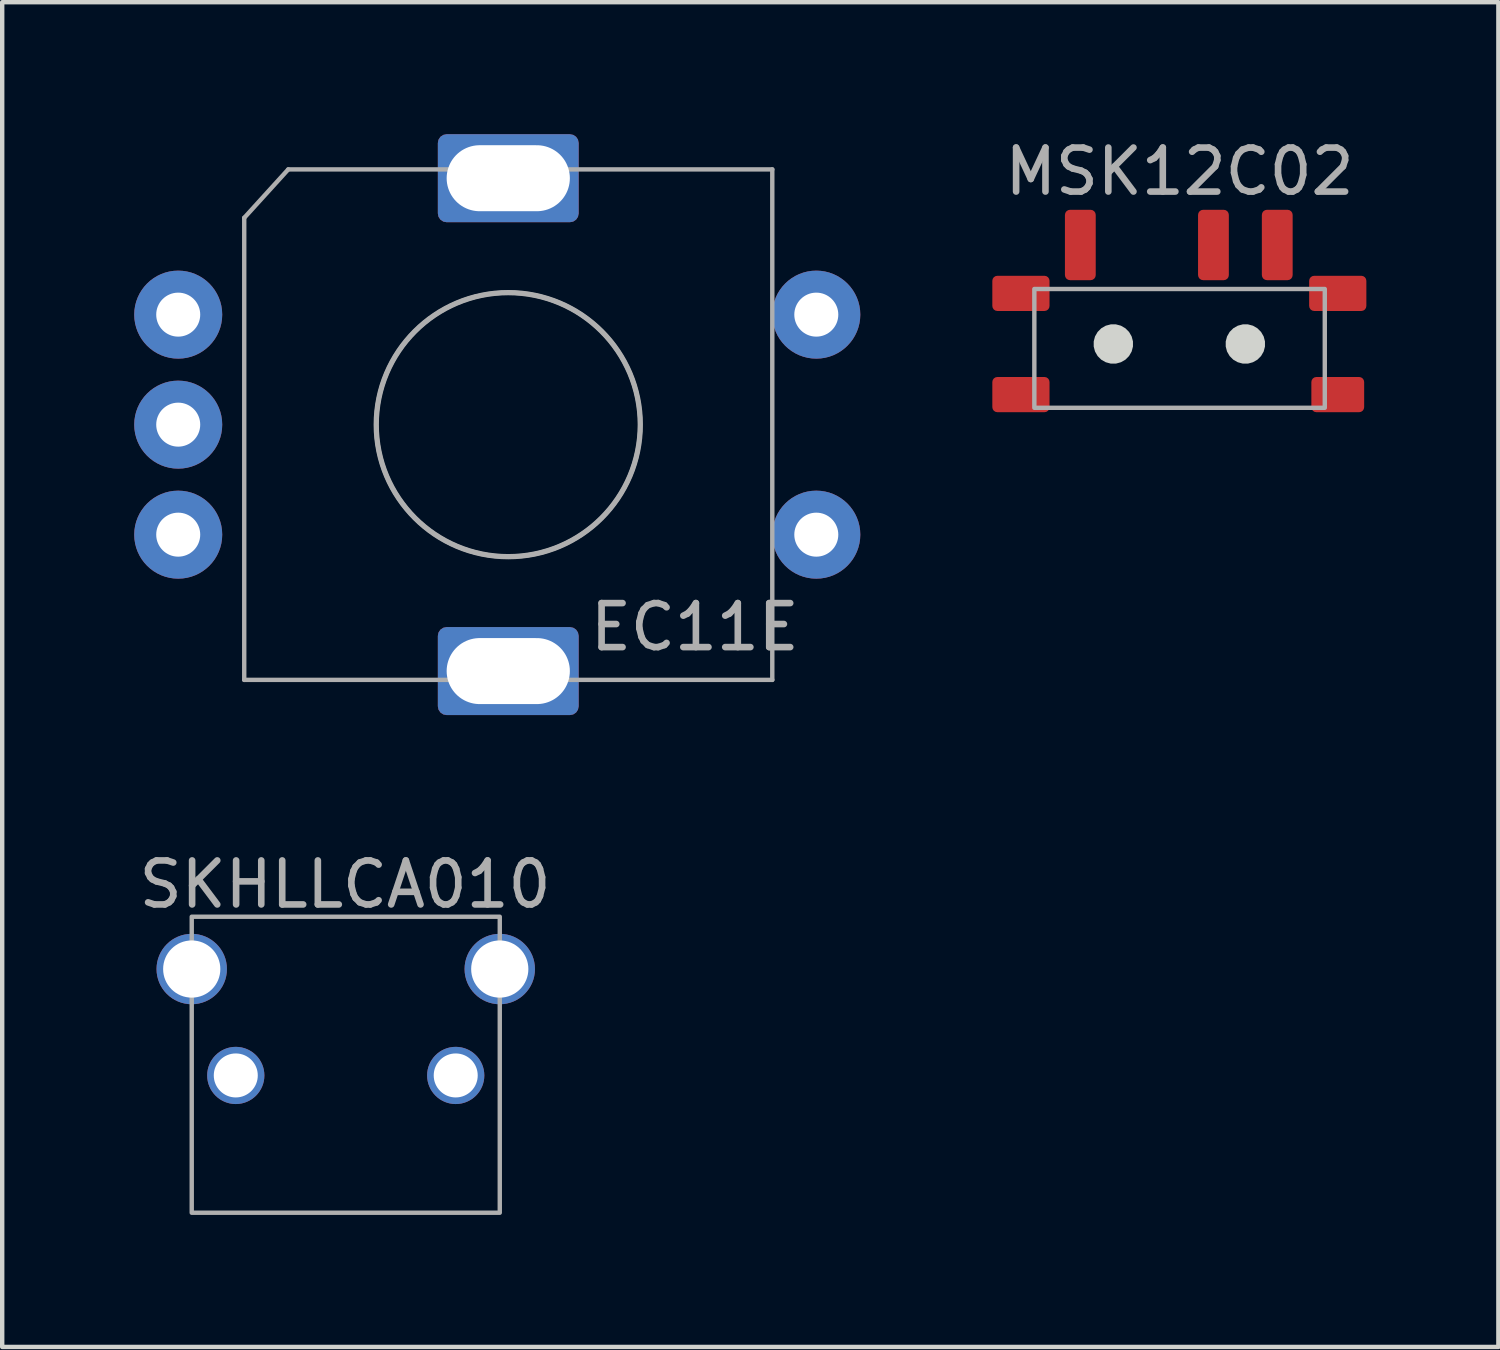
<source format=kicad_pcb>
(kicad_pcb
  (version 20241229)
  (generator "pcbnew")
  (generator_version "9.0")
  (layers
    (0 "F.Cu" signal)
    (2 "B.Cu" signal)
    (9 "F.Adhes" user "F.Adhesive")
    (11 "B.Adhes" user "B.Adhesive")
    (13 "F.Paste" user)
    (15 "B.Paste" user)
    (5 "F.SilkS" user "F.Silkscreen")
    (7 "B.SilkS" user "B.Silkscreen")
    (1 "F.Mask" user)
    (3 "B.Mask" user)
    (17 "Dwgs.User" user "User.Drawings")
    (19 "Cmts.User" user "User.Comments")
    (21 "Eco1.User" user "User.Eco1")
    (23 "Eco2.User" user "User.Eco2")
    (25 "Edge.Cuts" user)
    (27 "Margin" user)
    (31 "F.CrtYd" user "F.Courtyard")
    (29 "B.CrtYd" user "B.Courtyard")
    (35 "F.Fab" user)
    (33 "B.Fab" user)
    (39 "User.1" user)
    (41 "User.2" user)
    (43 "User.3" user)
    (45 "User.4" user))
  (footprint "EC11E"
    (layer "F.Cu")
    (at 8.5 6.6)
    (property "Reference" "EC11E" (at 4.24 4.6 0) (layer "F.Fab") (effects (font (size 1 1) (thickness 0.15))))
    (attr through_hole)
    (fp_line (start -6 -4.7) (end -5 -5.8) (stroke (width 0.1) (type solid)) (layer "F.Fab"))
    (fp_line (start -6 5.8) (end -6 -4.7) (stroke (width 0.1) (type solid)) (layer "F.Fab"))
    (fp_line (start -5 -5.8) (end 6 -5.8) (stroke (width 0.1) (type solid)) (layer "F.Fab"))
    (fp_line (start 6 -5.8) (end 6 5.8) (stroke (width 0.1) (type solid)) (layer "F.Fab"))
    (fp_line (start 6 5.8) (end -6 5.8) (stroke (width 0.1) (type solid)) (layer "F.Fab"))
    (fp_circle (center 0 0) (end 3 0) (stroke (width 0.1) (type solid)) (fill no) (layer "F.Fab"))
    (fp_circle (center 0 0) (end 3 0) (stroke (width 0.12) (type solid)) (fill no) (layer "F.Fab"))
    (pad "A" thru_hole circle (at -7.5 -2.5) (size 2 2) (drill 1) (layers "*.Cu" "*.Mask"))
    (pad "B" thru_hole circle (at -7.5 2.5) (size 2 2) (drill 1) (layers "*.Cu" "*.Mask"))
    (pad "C" thru_hole circle (at -7.5 0) (size 2 2) (drill 1) (layers "*.Cu" "*.Mask"))
    (pad "MP" thru_hole roundrect (at 0 -5.6) (size 3.2 2) (drill oval 2.8 1.5) (layers "*.Cu" "*.Mask") (roundrect_rratio 0.1))
    (pad "MP" thru_hole roundrect (at 0 5.6) (size 3.2 2) (drill oval 2.8 1.5) (layers "*.Cu" "*.Mask") (roundrect_rratio 0.1))
    (pad "S1" thru_hole circle (at 7 2.5) (size 2 2) (drill 1) (layers "*.Cu" "*.Mask"))
    (pad "S2" thru_hole circle (at 7 -2.5) (size 2 2) (drill 1) (layers "*.Cu" "*.Mask")))
  (footprint "SKHLLCA010"
    (layer "F.Cu")
    (at 4.807 20.18)
    (property "Reference" "SKHLLCA010" (at -0.015 -3.132 0) (layer "F.Fab") (effects (font (size 1 1) (thickness 0.15))))
    (fp_rect (start -3.5 -2.398) (end 3.5 4.329) (stroke (width 0.1) (type solid)) (fill no) (layer "F.Fab"))
    (fp_poly (pts (xy -2.103 1.157) (xy -2.13 1.056) (xy -2.182 0.965) (xy -2.256 0.892) (xy -2.346 0.839) (xy -2.447 0.812) (xy -2.552 0.812) (xy -2.653 0.839) (xy -2.743 0.892) (xy -2.817 0.965) (xy -2.869 1.056) (xy -2.896 1.157) (xy -2.896 1.261) (xy -2.869 1.362) (xy -2.817 1.453) (xy -2.743 1.526) (xy -2.653 1.579) (xy -2.552 1.606) (xy -2.447 1.606) (xy -2.346 1.579) (xy -2.256 1.526) (xy -2.182 1.453) (xy -2.13 1.362) (xy -2.103 1.261)) (stroke (width 0.1) (type default)) (fill no) (layer "User.1"))
    (fp_poly (pts (xy 2.896 1.157) (xy 2.869 1.056) (xy 2.817 0.965) (xy 2.743 0.892) (xy 2.653 0.839) (xy 2.552 0.812) (xy 2.447 0.812) (xy 2.346 0.839) (xy 2.256 0.892) (xy 2.182 0.965) (xy 2.13 1.056) (xy 2.103 1.157) (xy 2.103 1.261) (xy 2.13 1.362) (xy 2.182 1.453) (xy 2.256 1.526) (xy 2.346 1.579) (xy 2.447 1.606) (xy 2.552 1.606) (xy 2.653 1.579) (xy 2.743 1.526) (xy 2.817 1.453) (xy 2.869 1.362) (xy 2.896 1.261)) (stroke (width 0.1) (type default)) (fill no) (layer "User.1"))
    (pad "1" thru_hole circle (at -2.499 1.209) (size 1.3 1.3) (drill 1) (layers "*.Cu" "*.Mask"))
    (pad "2" thru_hole circle (at 2.499 1.209) (size 1.3 1.3) (drill 1) (layers "*.Cu" "*.Mask"))
    (pad "3" thru_hole circle (at -3.5 -1.209) (size 1.6 1.6) (drill 1.3) (layers "*.Cu" "*.Mask"))
    (pad "3" thru_hole circle (at 3.5 -1.209) (size 1.6 1.6) (drill 1.3) (layers "*.Cu" "*.Mask")))
  (footprint "MSK12C02"
    (layer "F.Cu")
    (at 23.755 4.023)
    (property "Reference" "MSK12C02" (at 0 -3.175 0) (layer "F.Fab") (effects (font (size 1 1) (thickness 0.15))))
    (fp_poly (pts (xy -1.059 0.685) (xy -1.089 0.572) (xy -1.148 0.47) (xy -1.231 0.387) (xy -1.333 0.328) (xy -1.446 0.298) (xy -1.563 0.298) (xy -1.677 0.328) (xy -1.779 0.387) (xy -1.862 0.47) (xy -1.921 0.572) (xy -1.951 0.685) (xy -1.951 0.802) (xy -1.921 0.916) (xy -1.862 1.018) (xy -1.779 1.101) (xy -1.677 1.159) (xy -1.563 1.19) (xy -1.446 1.19) (xy -1.333 1.159) (xy -1.231 1.101) (xy -1.148 1.018) (xy -1.089 0.916) (xy -1.059 0.802)) (stroke (width 0) (type default)) (fill yes) (layer "Edge.Cuts"))
    (fp_poly (pts (xy 1.941 0.685) (xy 1.911 0.572) (xy 1.852 0.47) (xy 1.769 0.387) (xy 1.667 0.328) (xy 1.554 0.298) (xy 1.437 0.298) (xy 1.323 0.328) (xy 1.221 0.387) (xy 1.138 0.47) (xy 1.079 0.572) (xy 1.049 0.685) (xy 1.049 0.802) (xy 1.079 0.916) (xy 1.138 1.018) (xy 1.221 1.101) (xy 1.323 1.159) (xy 1.437 1.19) (xy 1.554 1.19) (xy 1.667 1.159) (xy 1.769 1.101) (xy 1.852 1.018) (xy 1.911 0.916) (xy 1.941 0.802)) (stroke (width 0) (type default)) (fill yes) (layer "Edge.Cuts"))
    (fp_rect (start -3.3 -0.506) (end 3.3 2.194) (stroke (width 0.1) (type solid)) (fill no) (layer "F.Fab"))
    (pad "1" smd roundrect (at -2.255 -1.506) (size 0.7 1.6) (layers "F.Cu" "F.Mask" "F.Paste") (roundrect_rratio 0.167))
    (pad "2" smd roundrect (at 0.77 -1.506) (size 0.7 1.6) (layers "F.Cu" "F.Mask" "F.Paste") (roundrect_rratio 0.167))
    (pad "3" smd roundrect (at 2.22 -1.506) (size 0.7 1.6) (layers "F.Cu" "F.Mask" "F.Paste") (roundrect_rratio 0.167))
    (pad "4" smd roundrect (at -3.605 -0.406) (size 1.3 0.8) (layers "F.Cu" "F.Mask" "F.Paste") (roundrect_rratio 0.143))
    (pad "4" smd roundrect (at -3.605 1.894) (size 1.3 0.8) (layers "F.Cu" "F.Mask" "F.Paste") (roundrect_rratio 0.143))
    (pad "4" smd roundrect (at 3.595 -0.406) (size 1.3 0.8) (layers "F.Cu" "F.Mask" "F.Paste") (roundrect_rratio 0.143))
    (pad "4" smd roundrect (at 3.595 1.894) (size 1.2 0.8) (layers "F.Cu" "F.Mask" "F.Paste") (roundrect_rratio 0.143)))
  (gr_rect
    (start -3 -3)
    (end 31 27.559)
    (stroke (width 0.1) (type default))
    (fill no)
    (layer "Edge.Cuts")))
</source>
